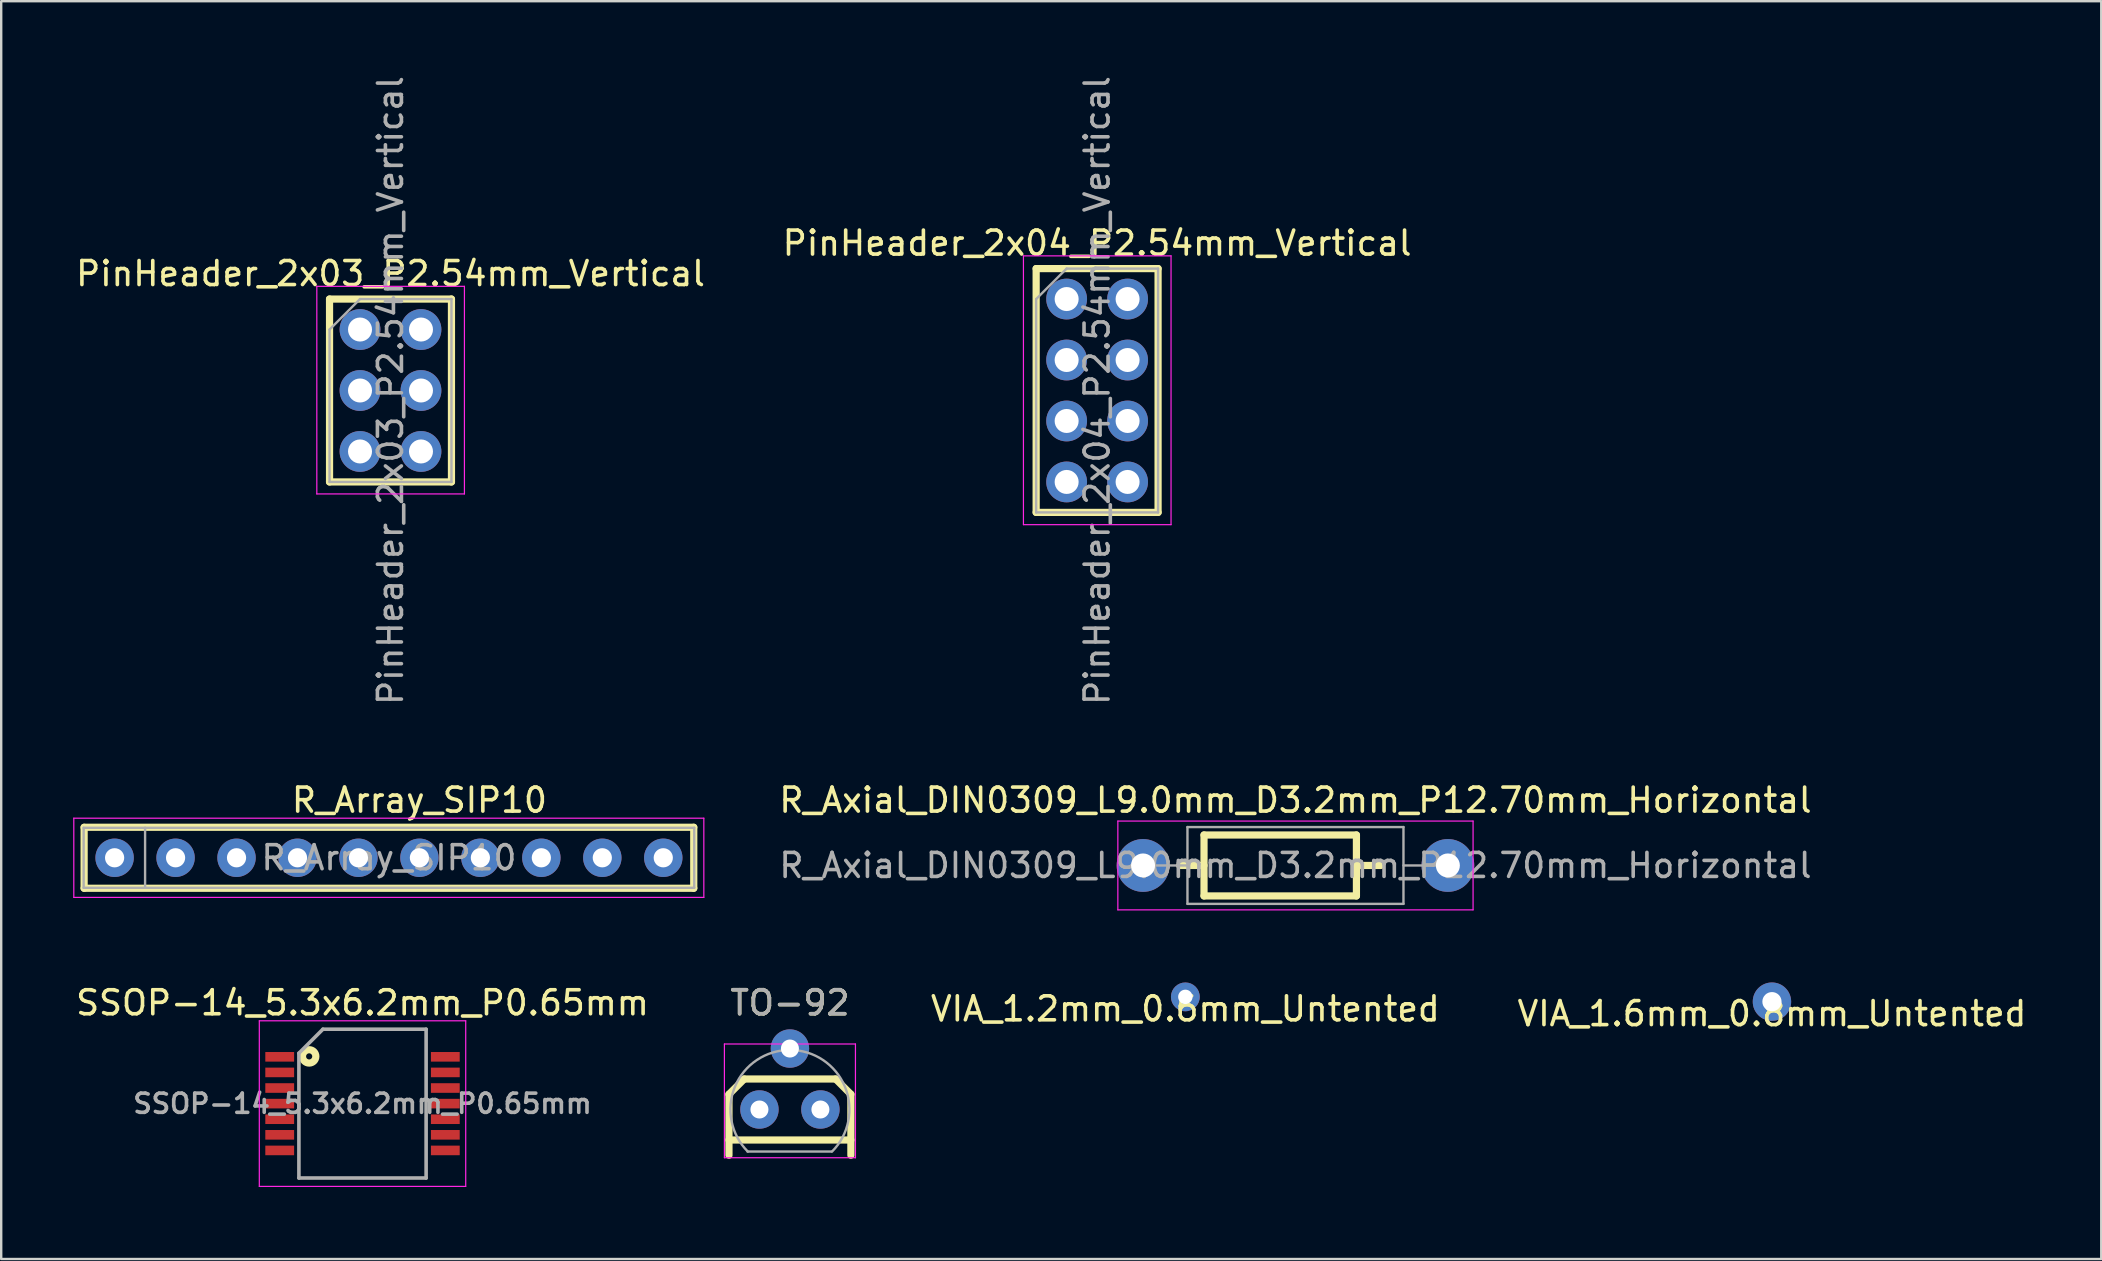
<source format=kicad_pcb>
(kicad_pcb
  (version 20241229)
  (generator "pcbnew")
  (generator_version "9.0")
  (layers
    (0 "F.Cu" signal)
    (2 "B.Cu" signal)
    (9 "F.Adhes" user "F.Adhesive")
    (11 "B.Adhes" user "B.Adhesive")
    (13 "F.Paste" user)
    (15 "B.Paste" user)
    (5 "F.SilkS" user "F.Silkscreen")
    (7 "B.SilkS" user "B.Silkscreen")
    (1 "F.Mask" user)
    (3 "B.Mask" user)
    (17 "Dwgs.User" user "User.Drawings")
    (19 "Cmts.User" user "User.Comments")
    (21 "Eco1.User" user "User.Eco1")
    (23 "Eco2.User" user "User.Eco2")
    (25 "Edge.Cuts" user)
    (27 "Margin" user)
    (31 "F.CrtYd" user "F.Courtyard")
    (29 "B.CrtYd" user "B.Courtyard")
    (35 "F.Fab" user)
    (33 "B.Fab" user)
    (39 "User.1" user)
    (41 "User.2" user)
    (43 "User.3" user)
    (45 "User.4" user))
  (footprint "SSOP-14_5.3x6.2mm_P0.65mm"
    (layer "F.Cu")
    (at 12.054 42.932)
    (property "Reference" "SSOP-14_5.3x6.2mm_P0.65mm" (at 0 -4.2 0) (layer "F.SilkS") (effects (font (size 1 1) (thickness 0.15))))
    (attr smd)
    (fp_circle (center -2.223 -1.968) (end -2.095 -1.968) (stroke (width 0.3) (type solid)) (fill no) (layer "F.SilkS"))
    (fp_line (start -4.3 -3.45) (end -4.3 3.45) (stroke (width 0.05) (type solid)) (layer "F.CrtYd"))
    (fp_line (start -4.3 -3.45) (end 4.3 -3.45) (stroke (width 0.05) (type solid)) (layer "F.CrtYd"))
    (fp_line (start -4.3 3.45) (end 4.3 3.45) (stroke (width 0.05) (type solid)) (layer "F.CrtYd"))
    (fp_line (start 4.3 -3.45) (end 4.3 3.45) (stroke (width 0.05) (type solid)) (layer "F.CrtYd"))
    (fp_line (start -2.65 -2.1) (end -1.65 -3.1) (stroke (width 0.15) (type solid)) (layer "F.Fab"))
    (fp_line (start -2.65 3.1) (end -2.65 -2.1) (stroke (width 0.15) (type solid)) (layer "F.Fab"))
    (fp_line (start -1.65 -3.1) (end 2.65 -3.1) (stroke (width 0.15) (type solid)) (layer "F.Fab"))
    (fp_line (start 2.65 -3.1) (end 2.65 3.1) (stroke (width 0.15) (type solid)) (layer "F.Fab"))
    (fp_line (start 2.65 3.1) (end -2.65 3.1) (stroke (width 0.15) (type solid)) (layer "F.Fab"))
    (fp_text user "${REFERENCE}" (at 0 0 0) (layer "F.Fab") (effects (font (size 0.8 0.8) (thickness 0.15))))
    (pad "1" smd rect (at -3.45 -1.95) (size 1.2 0.4) (layers "F.Cu" "F.Mask" "F.Paste"))
    (pad "2" smd rect (at -3.45 -1.3) (size 1.2 0.4) (layers "F.Cu" "F.Mask" "F.Paste"))
    (pad "3" smd rect (at -3.45 -0.65) (size 1.2 0.4) (layers "F.Cu" "F.Mask" "F.Paste"))
    (pad "4" smd rect (at -3.45 0) (size 1.2 0.4) (layers "F.Cu" "F.Mask" "F.Paste"))
    (pad "5" smd rect (at -3.45 0.65) (size 1.2 0.4) (layers "F.Cu" "F.Mask" "F.Paste"))
    (pad "6" smd rect (at -3.45 1.3) (size 1.2 0.4) (layers "F.Cu" "F.Mask" "F.Paste"))
    (pad "7" smd rect (at -3.45 1.95) (size 1.2 0.4) (layers "F.Cu" "F.Mask" "F.Paste"))
    (pad "8" smd rect (at 3.45 1.95) (size 1.2 0.4) (layers "F.Cu" "F.Mask" "F.Paste"))
    (pad "9" smd rect (at 3.45 1.3) (size 1.2 0.4) (layers "F.Cu" "F.Mask" "F.Paste"))
    (pad "10" smd rect (at 3.45 0.65) (size 1.2 0.4) (layers "F.Cu" "F.Mask" "F.Paste"))
    (pad "11" smd rect (at 3.45 0) (size 1.2 0.4) (layers "F.Cu" "F.Mask" "F.Paste"))
    (pad "12" smd rect (at 3.45 -0.65) (size 1.2 0.4) (layers "F.Cu" "F.Mask" "F.Paste"))
    (pad "13" smd rect (at 3.45 -1.3) (size 1.2 0.4) (layers "F.Cu" "F.Mask" "F.Paste"))
    (pad "14" smd rect (at 3.45 -1.95) (size 1.2 0.4) (layers "F.Cu" "F.Mask" "F.Paste")))
  (footprint "R_Array_SIP10"
    (layer "F.Cu")
    (at 1.725 32.689)
    (property "Reference" "R_Array_SIP10" (at 12.7 -2.4 0) (layer "F.SilkS") (effects (font (size 1 1) (thickness 0.15))))
    (attr through_hole)
    (fp_line (start -1.27 -1.27) (end -1.27 1.27) (stroke (width 0.3) (type solid)) (layer "F.SilkS"))
    (fp_line (start -1.27 1.27) (end 24.13 1.27) (stroke (width 0.3) (type solid)) (layer "F.SilkS"))
    (fp_line (start 24.13 -1.27) (end -1.27 -1.27) (stroke (width 0.3) (type solid)) (layer "F.SilkS"))
    (fp_line (start 24.13 1.27) (end 24.13 -1.27) (stroke (width 0.3) (type solid)) (layer "F.SilkS"))
    (fp_line (start -1.7 -1.65) (end -1.7 1.65) (stroke (width 0.05) (type solid)) (layer "F.CrtYd"))
    (fp_line (start -1.7 1.65) (end 24.55 1.65) (stroke (width 0.05) (type solid)) (layer "F.CrtYd"))
    (fp_line (start 24.55 -1.65) (end -1.7 -1.65) (stroke (width 0.05) (type solid)) (layer "F.CrtYd"))
    (fp_line (start 24.55 1.65) (end 24.55 -1.65) (stroke (width 0.05) (type solid)) (layer "F.CrtYd"))
    (fp_line (start -1.29 -1.25) (end -1.29 1.25) (stroke (width 0.1) (type solid)) (layer "F.Fab"))
    (fp_line (start -1.29 1.25) (end 24.15 1.25) (stroke (width 0.1) (type solid)) (layer "F.Fab"))
    (fp_line (start 1.27 -1.25) (end 1.27 1.25) (stroke (width 0.1) (type solid)) (layer "F.Fab"))
    (fp_line (start 24.15 -1.25) (end -1.29 -1.25) (stroke (width 0.1) (type solid)) (layer "F.Fab"))
    (fp_line (start 24.15 1.25) (end 24.15 -1.25) (stroke (width 0.1) (type solid)) (layer "F.Fab"))
    (fp_text user "${REFERENCE}" (at 11.43 0 0) (layer "F.Fab") (effects (font (size 1 1) (thickness 0.15))))
    (pad "1" thru_hole circle (at 0 0) (size 1.6 1.6) (drill 0.8) (layers "*.Cu" "*.Mask"))
    (pad "2" thru_hole oval (at 2.54 0) (size 1.6 1.6) (drill 0.8) (layers "*.Cu" "*.Mask"))
    (pad "3" thru_hole oval (at 5.08 0) (size 1.6 1.6) (drill 0.8) (layers "*.Cu" "*.Mask"))
    (pad "4" thru_hole oval (at 7.62 0) (size 1.6 1.6) (drill 0.8) (layers "*.Cu" "*.Mask"))
    (pad "5" thru_hole oval (at 10.16 0) (size 1.6 1.6) (drill 0.8) (layers "*.Cu" "*.Mask"))
    (pad "6" thru_hole oval (at 12.7 0) (size 1.6 1.6) (drill 0.8) (layers "*.Cu" "*.Mask"))
    (pad "7" thru_hole oval (at 15.24 0) (size 1.6 1.6) (drill 0.8) (layers "*.Cu" "*.Mask"))
    (pad "8" thru_hole oval (at 17.78 0) (size 1.6 1.6) (drill 0.8) (layers "*.Cu" "*.Mask"))
    (pad "9" thru_hole oval (at 20.32 0) (size 1.6 1.6) (drill 0.8) (layers "*.Cu" "*.Mask"))
    (pad "10" thru_hole oval (at 22.86 0) (size 1.6 1.6) (drill 0.8) (layers "*.Cu" "*.Mask")))
  (footprint "TO-92"
    (layer "F.Cu")
    (at 28.592 43.177)
    (property "Reference" "TO-92" (at 1.27 -4.445 0) (layer "F.SilkS") (effects (font (size 1 1) (thickness 0.15))))
    (attr through_hole)
    (fp_line (start -1.27 -0.635) (end -0.635 -1.27) (stroke (width 0.3) (type solid)) (layer "F.SilkS"))
    (fp_line (start -1.27 1.905) (end -1.27 -0.635) (stroke (width 0.3) (type solid)) (layer "F.SilkS"))
    (fp_line (start -0.635 -1.27) (end 3.175 -1.27) (stroke (width 0.3) (type solid)) (layer "F.SilkS"))
    (fp_line (start 3.175 -1.27) (end 3.81 -0.635) (stroke (width 0.3) (type solid)) (layer "F.SilkS"))
    (fp_line (start 3.81 -0.635) (end 3.81 1.905) (stroke (width 0.3) (type solid)) (layer "F.SilkS"))
    (fp_line (start 3.81 1.27) (end -1.27 1.27) (stroke (width 0.3) (type solid)) (layer "F.SilkS"))
    (fp_line (start -1.46 -2.73) (end -1.46 2.01) (stroke (width 0.05) (type solid)) (layer "F.CrtYd"))
    (fp_line (start -1.46 -2.73) (end 4 -2.73) (stroke (width 0.05) (type solid)) (layer "F.CrtYd"))
    (fp_line (start 4 2.01) (end -1.46 2.01) (stroke (width 0.05) (type solid)) (layer "F.CrtYd"))
    (fp_line (start 4 2.01) (end 4 -2.73) (stroke (width 0.05) (type solid)) (layer "F.CrtYd"))
    (fp_line (start -0.5 1.75) (end 3 1.75) (stroke (width 0.1) (type solid)) (layer "F.Fab"))
    (fp_arc (start -0.483625 1.753625) (mid -1.021221 -0.949055) (end 1.27 -2.48) (stroke (width 0.1) (type solid)) (layer "F.Fab"))
    (fp_arc (start 1.27 -2.48) (mid 3.561221 -0.949055) (end 3.023625 1.753625) (stroke (width 0.1) (type solid)) (layer "F.Fab"))
    (fp_text user "${REFERENCE}" (at 1.27 -4.445 0) (layer "F.Fab") (effects (font (size 1 1) (thickness 0.15))))
    (pad "1" thru_hole circle (at 0 0 90) (size 1.6 1.6) (drill 0.75) (layers "*.Cu" "*.Mask"))
    (pad "2" thru_hole circle (at 1.27 -2.54 90) (size 1.6 1.6) (drill 0.75) (layers "*.Cu" "*.Mask"))
    (pad "3" thru_hole circle (at 2.54 0 90) (size 1.6 1.6) (drill 0.75) (layers "*.Cu" "*.Mask")))
  (footprint "VIA_1.6mm_0.8mm_Untented"
    (layer "F.Cu")
    (at 70.778 38.684)
    (property "Reference" "VIA_1.6mm_0.8mm_Untented" (at 0 0.5 0) (layer "F.SilkS") (effects (font (size 1 1) (thickness 0.15))))
    (attr through_hole)
    (pad "1" thru_hole circle (at 0 0) (size 1.6 1.6) (drill 0.8) (layers "*.Cu" "*.Mask")))
  (footprint "VIA_1.2mm_0.6mm_Untented"
    (layer "F.Cu")
    (at 46.337 38.484)
    (property "Reference" "VIA_1.2mm_0.6mm_Untented" (at 0 0.5 0) (layer "F.SilkS") (effects (font (size 1 1) (thickness 0.15))))
    (attr through_hole)
    (pad "1" thru_hole circle (at 0 0) (size 1.2 1.2) (drill 0.6) (layers "*.Cu" "*.Mask")))
  (footprint "PinHeader_2x04_P2.54mm_Vertical"
    (layer "F.Cu")
    (at 41.391 9.41)
    (property "Reference" "PinHeader_2x04_P2.54mm_Vertical" (at 1.27 -2.33 0) (layer "F.SilkS") (effects (font (size 1 1) (thickness 0.15))))
    (attr through_hole)
    (fp_line (start -1.27 -1.27) (end -1.27 8.89) (stroke (width 0.3) (type solid)) (layer "F.SilkS"))
    (fp_line (start -1.27 8.89) (end 3.81 8.89) (stroke (width 0.3) (type solid)) (layer "F.SilkS"))
    (fp_line (start 3.81 -1.27) (end -1.27 -1.27) (stroke (width 0.3) (type solid)) (layer "F.SilkS"))
    (fp_line (start 3.81 8.89) (end 3.81 -1.27) (stroke (width 0.3) (type solid)) (layer "F.SilkS"))
    (fp_line (start -1.8 -1.8) (end -1.8 9.4) (stroke (width 0.05) (type solid)) (layer "F.CrtYd"))
    (fp_line (start -1.8 9.4) (end 4.35 9.4) (stroke (width 0.05) (type solid)) (layer "F.CrtYd"))
    (fp_line (start 4.35 -1.8) (end -1.8 -1.8) (stroke (width 0.05) (type solid)) (layer "F.CrtYd"))
    (fp_line (start 4.35 9.4) (end 4.35 -1.8) (stroke (width 0.05) (type solid)) (layer "F.CrtYd"))
    (fp_line (start -1.27 0) (end 0 -1.27) (stroke (width 0.1) (type solid)) (layer "F.Fab"))
    (fp_line (start -1.27 8.89) (end -1.27 0) (stroke (width 0.1) (type solid)) (layer "F.Fab"))
    (fp_line (start 0 -1.27) (end 3.81 -1.27) (stroke (width 0.1) (type solid)) (layer "F.Fab"))
    (fp_line (start 3.81 -1.27) (end 3.81 8.89) (stroke (width 0.1) (type solid)) (layer "F.Fab"))
    (fp_line (start 3.81 8.89) (end -1.27 8.89) (stroke (width 0.1) (type solid)) (layer "F.Fab"))
    (fp_text user "${REFERENCE}" (at 1.27 3.81 90) (layer "F.Fab") (effects (font (size 1 1) (thickness 0.15))))
    (pad "1" thru_hole circle (at 0 0) (size 1.7 1.7) (drill 1) (layers "*.Cu" "*.Mask"))
    (pad "2" thru_hole oval (at 2.54 0) (size 1.7 1.7) (drill 1) (layers "*.Cu" "*.Mask"))
    (pad "3" thru_hole oval (at 0 2.54) (size 1.7 1.7) (drill 1) (layers "*.Cu" "*.Mask"))
    (pad "4" thru_hole oval (at 2.54 2.54) (size 1.7 1.7) (drill 1) (layers "*.Cu" "*.Mask"))
    (pad "5" thru_hole oval (at 0 5.08) (size 1.7 1.7) (drill 1) (layers "*.Cu" "*.Mask"))
    (pad "6" thru_hole oval (at 2.54 5.08) (size 1.7 1.7) (drill 1) (layers "*.Cu" "*.Mask"))
    (pad "7" thru_hole oval (at 0 7.62) (size 1.7 1.7) (drill 1) (layers "*.Cu" "*.Mask"))
    (pad "8" thru_hole oval (at 2.54 7.62) (size 1.7 1.7) (drill 1) (layers "*.Cu" "*.Mask")))
  (footprint "PinHeader_2x03_P2.54mm_Vertical"
    (layer "F.Cu")
    (at 11.95 10.68)
    (property "Reference" "PinHeader_2x03_P2.54mm_Vertical" (at 1.27 -2.33 0) (layer "F.SilkS") (effects (font (size 1 1) (thickness 0.15))))
    (attr through_hole)
    (fp_line (start -1.27 -1.27) (end -1.27 6.35) (stroke (width 0.3) (type solid)) (layer "F.SilkS"))
    (fp_line (start -1.27 6.35) (end 3.81 6.35) (stroke (width 0.3) (type solid)) (layer "F.SilkS"))
    (fp_line (start 3.81 -1.27) (end -1.27 -1.27) (stroke (width 0.3) (type solid)) (layer "F.SilkS"))
    (fp_line (start 3.81 6.35) (end 3.81 -1.27) (stroke (width 0.3) (type solid)) (layer "F.SilkS"))
    (fp_line (start -1.8 -1.8) (end -1.8 6.85) (stroke (width 0.05) (type solid)) (layer "F.CrtYd"))
    (fp_line (start -1.8 6.85) (end 4.35 6.85) (stroke (width 0.05) (type solid)) (layer "F.CrtYd"))
    (fp_line (start 4.35 -1.8) (end -1.8 -1.8) (stroke (width 0.05) (type solid)) (layer "F.CrtYd"))
    (fp_line (start 4.35 6.85) (end 4.35 -1.8) (stroke (width 0.05) (type solid)) (layer "F.CrtYd"))
    (fp_line (start -1.27 0) (end 0 -1.27) (stroke (width 0.1) (type solid)) (layer "F.Fab"))
    (fp_line (start -1.27 6.35) (end -1.27 0) (stroke (width 0.1) (type solid)) (layer "F.Fab"))
    (fp_line (start 0 -1.27) (end 3.81 -1.27) (stroke (width 0.1) (type solid)) (layer "F.Fab"))
    (fp_line (start 3.81 -1.27) (end 3.81 6.35) (stroke (width 0.1) (type solid)) (layer "F.Fab"))
    (fp_line (start 3.81 6.35) (end -1.27 6.35) (stroke (width 0.1) (type solid)) (layer "F.Fab"))
    (fp_text user "${REFERENCE}" (at 1.27 2.54 90) (layer "F.Fab") (effects (font (size 1 1) (thickness 0.15))))
    (pad "1" thru_hole circle (at 0 0) (size 1.7 1.7) (drill 1) (layers "*.Cu" "*.Mask"))
    (pad "2" thru_hole oval (at 2.54 0) (size 1.7 1.7) (drill 1) (layers "*.Cu" "*.Mask"))
    (pad "3" thru_hole oval (at 0 2.54) (size 1.7 1.7) (drill 1) (layers "*.Cu" "*.Mask"))
    (pad "4" thru_hole oval (at 2.54 2.54) (size 1.7 1.7) (drill 1) (layers "*.Cu" "*.Mask"))
    (pad "5" thru_hole oval (at 0 5.08) (size 1.7 1.7) (drill 1) (layers "*.Cu" "*.Mask"))
    (pad "6" thru_hole oval (at 2.54 5.08) (size 1.7 1.7) (drill 1) (layers "*.Cu" "*.Mask")))
  (footprint "R_Axial_DIN0309_L9.0mm_D3.2mm_P12.70mm_Horizontal"
    (layer "F.Cu")
    (at 44.575 33.009)
    (property "Reference" "R_Axial_DIN0309_L9.0mm_D3.2mm_P12.70mm_Horizontal" (at 6.35 -2.72 0) (layer "F.SilkS") (effects (font (size 1 1) (thickness 0.15))))
    (attr through_hole)
    (fp_line (start 2.54 -1.27) (end 8.89 -1.27) (stroke (width 0.3) (type solid)) (layer "F.SilkS"))
    (fp_line (start 2.54 0) (end 1.524 0) (stroke (width 0.3) (type solid)) (layer "F.SilkS"))
    (fp_line (start 2.54 1.27) (end 2.54 -1.27) (stroke (width 0.3) (type solid)) (layer "F.SilkS"))
    (fp_line (start 8.89 -1.27) (end 8.89 1.27) (stroke (width 0.3) (type solid)) (layer "F.SilkS"))
    (fp_line (start 8.89 0) (end 9.906 0) (stroke (width 0.3) (type solid)) (layer "F.SilkS"))
    (fp_line (start 8.89 1.27) (end 2.54 1.27) (stroke (width 0.3) (type solid)) (layer "F.SilkS"))
    (fp_line (start -1.05 -1.85) (end -1.05 1.85) (stroke (width 0.05) (type solid)) (layer "F.CrtYd"))
    (fp_line (start -1.05 1.85) (end 13.75 1.85) (stroke (width 0.05) (type solid)) (layer "F.CrtYd"))
    (fp_line (start 13.75 -1.85) (end -1.05 -1.85) (stroke (width 0.05) (type solid)) (layer "F.CrtYd"))
    (fp_line (start 13.75 1.85) (end 13.75 -1.85) (stroke (width 0.05) (type solid)) (layer "F.CrtYd"))
    (fp_line (start 0 0) (end 1.85 0) (stroke (width 0.1) (type solid)) (layer "F.Fab"))
    (fp_line (start 1.85 -1.6) (end 1.85 1.6) (stroke (width 0.1) (type solid)) (layer "F.Fab"))
    (fp_line (start 1.85 1.6) (end 10.85 1.6) (stroke (width 0.1) (type solid)) (layer "F.Fab"))
    (fp_line (start 10.85 -1.6) (end 1.85 -1.6) (stroke (width 0.1) (type solid)) (layer "F.Fab"))
    (fp_line (start 10.85 1.6) (end 10.85 -1.6) (stroke (width 0.1) (type solid)) (layer "F.Fab"))
    (fp_line (start 12.7 0) (end 10.85 0) (stroke (width 0.1) (type solid)) (layer "F.Fab"))
    (fp_text user "${REFERENCE}" (at 6.35 0 0) (layer "F.Fab") (effects (font (size 1 1) (thickness 0.15))))
    (pad "1" thru_hole circle (at 0 0) (size 2.2 2.2) (drill 1) (layers "*.Cu" "*.Mask"))
    (pad "2" thru_hole circle (at 12.7 0) (size 2.2 2.2) (drill 1) (layers "*.Cu" "*.Mask")))
  (gr_rect
    (start -3 -3)
    (end 84.498 49.407)
    (stroke (width 0.1) (type default))
    (fill no)
    (layer "Edge.Cuts")))
</source>
